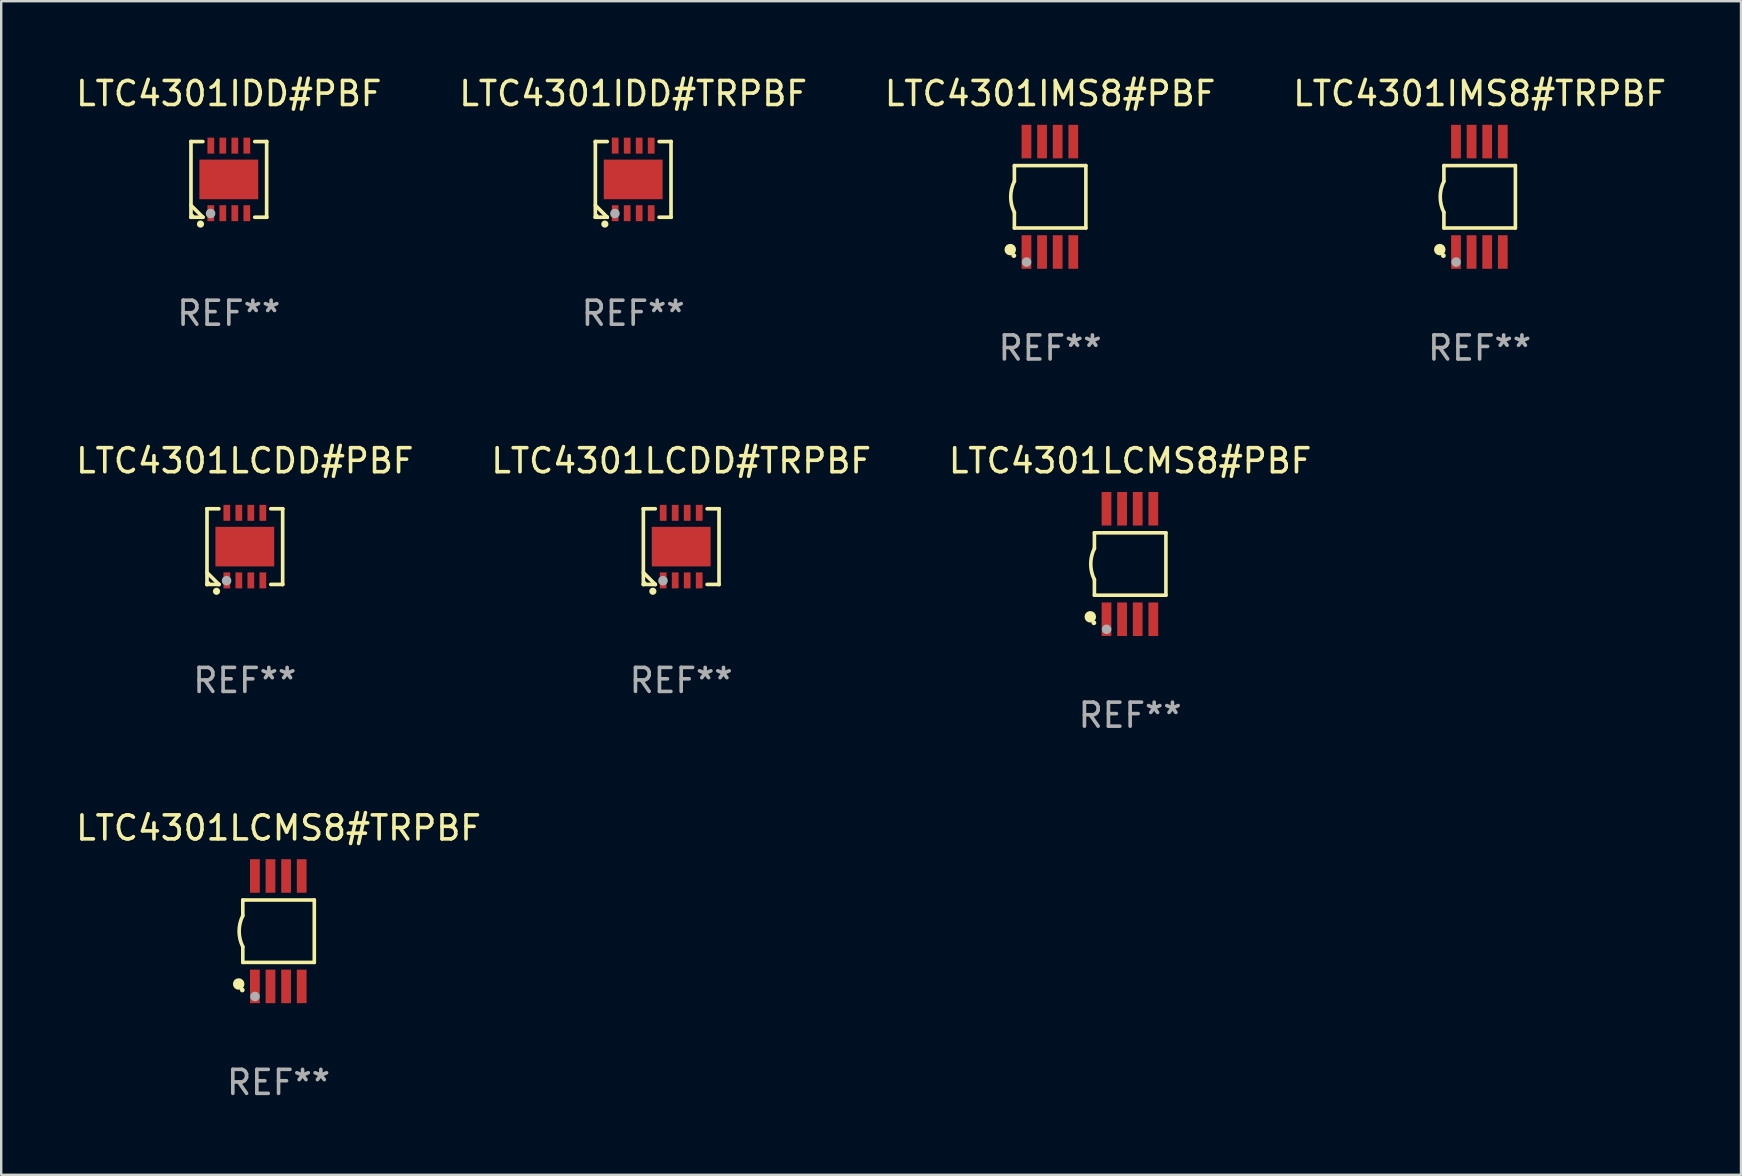
<source format=kicad_pcb>
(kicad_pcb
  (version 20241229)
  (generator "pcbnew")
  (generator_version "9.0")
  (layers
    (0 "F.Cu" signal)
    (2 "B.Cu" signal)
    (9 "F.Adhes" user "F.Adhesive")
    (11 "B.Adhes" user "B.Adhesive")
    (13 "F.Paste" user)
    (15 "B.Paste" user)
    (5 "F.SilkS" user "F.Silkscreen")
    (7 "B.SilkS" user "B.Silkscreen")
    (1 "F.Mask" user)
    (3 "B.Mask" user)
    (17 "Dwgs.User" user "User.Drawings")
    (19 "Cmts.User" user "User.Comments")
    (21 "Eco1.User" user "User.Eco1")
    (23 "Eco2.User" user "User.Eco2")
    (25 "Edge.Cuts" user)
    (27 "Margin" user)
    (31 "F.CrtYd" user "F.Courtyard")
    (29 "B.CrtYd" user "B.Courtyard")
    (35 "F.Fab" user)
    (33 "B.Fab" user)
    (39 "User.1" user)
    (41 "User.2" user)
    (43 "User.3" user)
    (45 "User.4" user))
  (footprint "LTC4301IMS8#PBF"
    (layer "F.Cu")
    (at 40.696 5.148)
    (property "Reference" "LTC4301IMS8#PBF" (at 0 -4.3 0) (layer "F.SilkS") (effects (font (size 1 1) (thickness 0.15))))
    (attr through_hole)
    (fp_line (start -1.489 -1.3) (end -1.489 -0.648) (stroke (width 0.15) (type solid)) (layer "F.SilkS"))
    (fp_line (start -1.489 0.648) (end -1.489 1.3) (stroke (width 0.15) (type solid)) (layer "F.SilkS"))
    (fp_line (start -1.489 1.3) (end 1.489 1.3) (stroke (width 0.15) (type solid)) (layer "F.SilkS"))
    (fp_line (start 1.489 -1.3) (end -1.489 -1.3) (stroke (width 0.15) (type solid)) (layer "F.SilkS"))
    (fp_line (start 1.489 1.3) (end 1.489 -1.3) (stroke (width 0.15) (type solid)) (layer "F.SilkS"))
    (fp_arc (start -1.489205 0.647702) (mid -1.642107 0) (end -1.489205 -0.647701) (stroke (width 0.150013) (type solid)) (layer "F.SilkS"))
    (fp_circle (center -1.661 2.2) (end -1.541 2.2) (stroke (width 0.24) (type solid)) (fill no) (layer "F.SilkS"))
    (fp_circle (center -1.511 2.45) (end -1.461 2.45) (stroke (width 0.1) (type solid)) (fill no) (layer "F.SilkS"))
    (fp_circle (center -0.981 2.72) (end -0.881 2.72) (stroke (width 0.2) (type solid)) (fill no) (layer "F.Fab"))
    (fp_text user "REF**" (at 0 6.3 0) (layer "F.Fab") (effects (font (size 1 1) (thickness 0.15))))
    (pad "1" smd rect (at -0.986 2.3) (size 0.406 1.397) (layers "F.Cu" "F.Mask" "F.Paste"))
    (pad "2" smd rect (at -0.336 2.3) (size 0.406 1.397) (layers "F.Cu" "F.Mask" "F.Paste"))
    (pad "3" smd rect (at 0.314 2.3) (size 0.406 1.397) (layers "F.Cu" "F.Mask" "F.Paste"))
    (pad "4" smd rect (at 0.964 2.3) (size 0.406 1.397) (layers "F.Cu" "F.Mask" "F.Paste"))
    (pad "5" smd rect (at 0.964 -2.3) (size 0.406 1.397) (layers "F.Cu" "F.Mask" "F.Paste"))
    (pad "6" smd rect (at 0.314 -2.3) (size 0.406 1.397) (layers "F.Cu" "F.Mask" "F.Paste"))
    (pad "7" smd rect (at -0.336 -2.3) (size 0.406 1.397) (layers "F.Cu" "F.Mask" "F.Paste"))
    (pad "8" smd rect (at -0.986 -2.3) (size 0.406 1.397) (layers "F.Cu" "F.Mask" "F.Paste")))
  (footprint "LTC4301IDD#TRPBF"
    (layer "F.Cu")
    (at 23.327 4.424)
    (property "Reference" "LTC4301IDD#TRPBF" (at 0 -3.576 0) (layer "F.SilkS") (effects (font (size 1 1) (thickness 0.15))))
    (attr through_hole)
    (fp_line (start -1.576 -1.576) (end -1.576 -1.576) (stroke (width 0.152) (type solid)) (layer "F.SilkS"))
    (fp_line (start -1.576 -1.576) (end -1.08 -1.576) (stroke (width 0.152) (type solid)) (layer "F.SilkS"))
    (fp_line (start -1.576 1.576) (end -1.576 -1.576) (stroke (width 0.152) (type solid)) (layer "F.SilkS"))
    (fp_line (start -1.576 1.576) (end -1.576 1.576) (stroke (width 0.152) (type solid)) (layer "F.SilkS"))
    (fp_line (start -1.08 1.575) (end -1.576 1.079) (stroke (width 0.152) (type solid)) (layer "F.SilkS"))
    (fp_line (start -1.08 1.576) (end -1.576 1.576) (stroke (width 0.152) (type solid)) (layer "F.SilkS"))
    (fp_line (start -1.08 1.576) (end -1.08 1.575) (stroke (width 0.152) (type solid)) (layer "F.SilkS"))
    (fp_line (start 1.08 1.576) (end 1.576 1.576) (stroke (width 0.152) (type solid)) (layer "F.SilkS"))
    (fp_line (start 1.576 -1.576) (end 1.08 -1.576) (stroke (width 0.152) (type solid)) (layer "F.SilkS"))
    (fp_line (start 1.576 -1.576) (end 1.576 -1.576) (stroke (width 0.152) (type solid)) (layer "F.SilkS"))
    (fp_line (start 1.576 1.576) (end 1.576 -1.576) (stroke (width 0.152) (type solid)) (layer "F.SilkS"))
    (fp_line (start 1.576 1.576) (end 1.576 1.576) (stroke (width 0.152) (type solid)) (layer "F.SilkS"))
    (fp_circle (center -1.5 1.5) (end -1.47 1.5) (stroke (width 0.06) (type solid)) (fill no) (layer "F.SilkS"))
    (fp_circle (center -1.18 1.86) (end -1.105 1.86) (stroke (width 0.15) (type solid)) (fill no) (layer "F.SilkS"))
    (fp_circle (center -0.76 1.42) (end -0.66 1.42) (stroke (width 0.2) (type solid)) (fill no) (layer "F.Fab"))
    (fp_text user "REF**" (at 0 5.576 0) (layer "F.Fab") (effects (font (size 1 1) (thickness 0.15))))
    (pad "1" smd rect (at -0.75 1.407) (size 0.28 0.665) (layers "F.Cu" "F.Mask" "F.Paste"))
    (pad "2" smd rect (at -0.25 1.407) (size 0.28 0.665) (layers "F.Cu" "F.Mask" "F.Paste"))
    (pad "3" smd rect (at 0.25 1.407) (size 0.28 0.665) (layers "F.Cu" "F.Mask" "F.Paste"))
    (pad "4" smd rect (at 0.75 1.407) (size 0.28 0.665) (layers "F.Cu" "F.Mask" "F.Paste"))
    (pad "5" smd rect (at 0.75 -1.407) (size 0.28 0.665) (layers "F.Cu" "F.Mask" "F.Paste"))
    (pad "6" smd rect (at 0.25 -1.407) (size 0.28 0.665) (layers "F.Cu" "F.Mask" "F.Paste"))
    (pad "7" smd rect (at -0.25 -1.407) (size 0.28 0.665) (layers "F.Cu" "F.Mask" "F.Paste"))
    (pad "8" smd rect (at -0.75 -1.407) (size 0.28 0.665) (layers "F.Cu" "F.Mask" "F.Paste"))
    (pad "9" smd rect (at 0 0) (size 2.45 1.65) (layers "F.Cu" "F.Mask" "F.Paste")))
  (footprint "LTC4301IMS8#TRPBF"
    (layer "F.Cu")
    (at 58.589 5.148)
    (property "Reference" "LTC4301IMS8#TRPBF" (at 0 -4.3 0) (layer "F.SilkS") (effects (font (size 1 1) (thickness 0.15))))
    (attr through_hole)
    (fp_line (start -1.489 -1.3) (end -1.489 -0.648) (stroke (width 0.15) (type solid)) (layer "F.SilkS"))
    (fp_line (start -1.489 0.648) (end -1.489 1.3) (stroke (width 0.15) (type solid)) (layer "F.SilkS"))
    (fp_line (start -1.489 1.3) (end 1.489 1.3) (stroke (width 0.15) (type solid)) (layer "F.SilkS"))
    (fp_line (start 1.489 -1.3) (end -1.489 -1.3) (stroke (width 0.15) (type solid)) (layer "F.SilkS"))
    (fp_line (start 1.489 1.3) (end 1.489 -1.3) (stroke (width 0.15) (type solid)) (layer "F.SilkS"))
    (fp_arc (start -1.489205 0.647702) (mid -1.642107 0) (end -1.489205 -0.647701) (stroke (width 0.150013) (type solid)) (layer "F.SilkS"))
    (fp_circle (center -1.661 2.2) (end -1.541 2.2) (stroke (width 0.24) (type solid)) (fill no) (layer "F.SilkS"))
    (fp_circle (center -1.511 2.45) (end -1.461 2.45) (stroke (width 0.1) (type solid)) (fill no) (layer "F.SilkS"))
    (fp_circle (center -0.981 2.72) (end -0.881 2.72) (stroke (width 0.2) (type solid)) (fill no) (layer "F.Fab"))
    (fp_text user "REF**" (at 0 6.3 0) (layer "F.Fab") (effects (font (size 1 1) (thickness 0.15))))
    (pad "1" smd rect (at -0.986 2.3) (size 0.406 1.397) (layers "F.Cu" "F.Mask" "F.Paste"))
    (pad "2" smd rect (at -0.336 2.3) (size 0.406 1.397) (layers "F.Cu" "F.Mask" "F.Paste"))
    (pad "3" smd rect (at 0.314 2.3) (size 0.406 1.397) (layers "F.Cu" "F.Mask" "F.Paste"))
    (pad "4" smd rect (at 0.964 2.3) (size 0.406 1.397) (layers "F.Cu" "F.Mask" "F.Paste"))
    (pad "5" smd rect (at 0.964 -2.3) (size 0.406 1.397) (layers "F.Cu" "F.Mask" "F.Paste"))
    (pad "6" smd rect (at 0.314 -2.3) (size 0.406 1.397) (layers "F.Cu" "F.Mask" "F.Paste"))
    (pad "7" smd rect (at -0.336 -2.3) (size 0.406 1.397) (layers "F.Cu" "F.Mask" "F.Paste"))
    (pad "8" smd rect (at -0.986 -2.3) (size 0.406 1.397) (layers "F.Cu" "F.Mask" "F.Paste")))
  (footprint "LTC4301LCDD#PBF"
    (layer "F.Cu")
    (at 7.149 19.721)
    (property "Reference" "LTC4301LCDD#PBF" (at 0 -3.576 0) (layer "F.SilkS") (effects (font (size 1 1) (thickness 0.15))))
    (attr through_hole)
    (fp_line (start -1.576 -1.576) (end -1.576 -1.576) (stroke (width 0.152) (type solid)) (layer "F.SilkS"))
    (fp_line (start -1.576 -1.576) (end -1.08 -1.576) (stroke (width 0.152) (type solid)) (layer "F.SilkS"))
    (fp_line (start -1.576 1.576) (end -1.576 -1.576) (stroke (width 0.152) (type solid)) (layer "F.SilkS"))
    (fp_line (start -1.576 1.576) (end -1.576 1.576) (stroke (width 0.152) (type solid)) (layer "F.SilkS"))
    (fp_line (start -1.08 1.575) (end -1.576 1.079) (stroke (width 0.152) (type solid)) (layer "F.SilkS"))
    (fp_line (start -1.08 1.576) (end -1.576 1.576) (stroke (width 0.152) (type solid)) (layer "F.SilkS"))
    (fp_line (start -1.08 1.576) (end -1.08 1.575) (stroke (width 0.152) (type solid)) (layer "F.SilkS"))
    (fp_line (start 1.08 1.576) (end 1.576 1.576) (stroke (width 0.152) (type solid)) (layer "F.SilkS"))
    (fp_line (start 1.576 -1.576) (end 1.08 -1.576) (stroke (width 0.152) (type solid)) (layer "F.SilkS"))
    (fp_line (start 1.576 -1.576) (end 1.576 -1.576) (stroke (width 0.152) (type solid)) (layer "F.SilkS"))
    (fp_line (start 1.576 1.576) (end 1.576 -1.576) (stroke (width 0.152) (type solid)) (layer "F.SilkS"))
    (fp_line (start 1.576 1.576) (end 1.576 1.576) (stroke (width 0.152) (type solid)) (layer "F.SilkS"))
    (fp_circle (center -1.5 1.5) (end -1.47 1.5) (stroke (width 0.06) (type solid)) (fill no) (layer "F.SilkS"))
    (fp_circle (center -1.18 1.86) (end -1.105 1.86) (stroke (width 0.15) (type solid)) (fill no) (layer "F.SilkS"))
    (fp_circle (center -0.76 1.42) (end -0.66 1.42) (stroke (width 0.2) (type solid)) (fill no) (layer "F.Fab"))
    (fp_text user "REF**" (at 0 5.576 0) (layer "F.Fab") (effects (font (size 1 1) (thickness 0.15))))
    (pad "1" smd rect (at -0.75 1.407) (size 0.28 0.665) (layers "F.Cu" "F.Mask" "F.Paste"))
    (pad "2" smd rect (at -0.25 1.407) (size 0.28 0.665) (layers "F.Cu" "F.Mask" "F.Paste"))
    (pad "3" smd rect (at 0.25 1.407) (size 0.28 0.665) (layers "F.Cu" "F.Mask" "F.Paste"))
    (pad "4" smd rect (at 0.75 1.407) (size 0.28 0.665) (layers "F.Cu" "F.Mask" "F.Paste"))
    (pad "5" smd rect (at 0.75 -1.407) (size 0.28 0.665) (layers "F.Cu" "F.Mask" "F.Paste"))
    (pad "6" smd rect (at 0.25 -1.407) (size 0.28 0.665) (layers "F.Cu" "F.Mask" "F.Paste"))
    (pad "7" smd rect (at -0.25 -1.407) (size 0.28 0.665) (layers "F.Cu" "F.Mask" "F.Paste"))
    (pad "8" smd rect (at -0.75 -1.407) (size 0.28 0.665) (layers "F.Cu" "F.Mask" "F.Paste"))
    (pad "9" smd rect (at 0 0) (size 2.45 1.65) (layers "F.Cu" "F.Mask" "F.Paste")))
  (footprint "LTC4301LCDD#TRPBF"
    (layer "F.Cu")
    (at 25.327 19.721)
    (property "Reference" "LTC4301LCDD#TRPBF" (at 0 -3.576 0) (layer "F.SilkS") (effects (font (size 1 1) (thickness 0.15))))
    (attr through_hole)
    (fp_line (start -1.576 -1.576) (end -1.576 -1.576) (stroke (width 0.152) (type solid)) (layer "F.SilkS"))
    (fp_line (start -1.576 -1.576) (end -1.08 -1.576) (stroke (width 0.152) (type solid)) (layer "F.SilkS"))
    (fp_line (start -1.576 1.576) (end -1.576 -1.576) (stroke (width 0.152) (type solid)) (layer "F.SilkS"))
    (fp_line (start -1.576 1.576) (end -1.576 1.576) (stroke (width 0.152) (type solid)) (layer "F.SilkS"))
    (fp_line (start -1.08 1.575) (end -1.576 1.079) (stroke (width 0.152) (type solid)) (layer "F.SilkS"))
    (fp_line (start -1.08 1.576) (end -1.576 1.576) (stroke (width 0.152) (type solid)) (layer "F.SilkS"))
    (fp_line (start -1.08 1.576) (end -1.08 1.575) (stroke (width 0.152) (type solid)) (layer "F.SilkS"))
    (fp_line (start 1.08 1.576) (end 1.576 1.576) (stroke (width 0.152) (type solid)) (layer "F.SilkS"))
    (fp_line (start 1.576 -1.576) (end 1.08 -1.576) (stroke (width 0.152) (type solid)) (layer "F.SilkS"))
    (fp_line (start 1.576 -1.576) (end 1.576 -1.576) (stroke (width 0.152) (type solid)) (layer "F.SilkS"))
    (fp_line (start 1.576 1.576) (end 1.576 -1.576) (stroke (width 0.152) (type solid)) (layer "F.SilkS"))
    (fp_line (start 1.576 1.576) (end 1.576 1.576) (stroke (width 0.152) (type solid)) (layer "F.SilkS"))
    (fp_circle (center -1.5 1.5) (end -1.47 1.5) (stroke (width 0.06) (type solid)) (fill no) (layer "F.SilkS"))
    (fp_circle (center -1.18 1.86) (end -1.105 1.86) (stroke (width 0.15) (type solid)) (fill no) (layer "F.SilkS"))
    (fp_circle (center -0.76 1.42) (end -0.66 1.42) (stroke (width 0.2) (type solid)) (fill no) (layer "F.Fab"))
    (fp_text user "REF**" (at 0 5.576 0) (layer "F.Fab") (effects (font (size 1 1) (thickness 0.15))))
    (pad "1" smd rect (at -0.75 1.407) (size 0.28 0.665) (layers "F.Cu" "F.Mask" "F.Paste"))
    (pad "2" smd rect (at -0.25 1.407) (size 0.28 0.665) (layers "F.Cu" "F.Mask" "F.Paste"))
    (pad "3" smd rect (at 0.25 1.407) (size 0.28 0.665) (layers "F.Cu" "F.Mask" "F.Paste"))
    (pad "4" smd rect (at 0.75 1.407) (size 0.28 0.665) (layers "F.Cu" "F.Mask" "F.Paste"))
    (pad "5" smd rect (at 0.75 -1.407) (size 0.28 0.665) (layers "F.Cu" "F.Mask" "F.Paste"))
    (pad "6" smd rect (at 0.25 -1.407) (size 0.28 0.665) (layers "F.Cu" "F.Mask" "F.Paste"))
    (pad "7" smd rect (at -0.25 -1.407) (size 0.28 0.665) (layers "F.Cu" "F.Mask" "F.Paste"))
    (pad "8" smd rect (at -0.75 -1.407) (size 0.28 0.665) (layers "F.Cu" "F.Mask" "F.Paste"))
    (pad "9" smd rect (at 0 0) (size 2.45 1.65) (layers "F.Cu" "F.Mask" "F.Paste")))
  (footprint "LTC4301LCMS8#TRPBF"
    (layer "F.Cu")
    (at 8.554 35.741)
    (property "Reference" "LTC4301LCMS8#TRPBF" (at 0 -4.3 0) (layer "F.SilkS") (effects (font (size 1 1) (thickness 0.15))))
    (attr through_hole)
    (fp_line (start -1.489 -1.3) (end -1.489 -0.648) (stroke (width 0.15) (type solid)) (layer "F.SilkS"))
    (fp_line (start -1.489 0.648) (end -1.489 1.3) (stroke (width 0.15) (type solid)) (layer "F.SilkS"))
    (fp_line (start -1.489 1.3) (end 1.489 1.3) (stroke (width 0.15) (type solid)) (layer "F.SilkS"))
    (fp_line (start 1.489 -1.3) (end -1.489 -1.3) (stroke (width 0.15) (type solid)) (layer "F.SilkS"))
    (fp_line (start 1.489 1.3) (end 1.489 -1.3) (stroke (width 0.15) (type solid)) (layer "F.SilkS"))
    (fp_arc (start -1.489205 0.647702) (mid -1.642107 0) (end -1.489205 -0.647701) (stroke (width 0.150013) (type solid)) (layer "F.SilkS"))
    (fp_circle (center -1.661 2.2) (end -1.541 2.2) (stroke (width 0.24) (type solid)) (fill no) (layer "F.SilkS"))
    (fp_circle (center -1.511 2.45) (end -1.461 2.45) (stroke (width 0.1) (type solid)) (fill no) (layer "F.SilkS"))
    (fp_circle (center -0.981 2.72) (end -0.881 2.72) (stroke (width 0.2) (type solid)) (fill no) (layer "F.Fab"))
    (fp_text user "REF**" (at 0 6.3 0) (layer "F.Fab") (effects (font (size 1 1) (thickness 0.15))))
    (pad "1" smd rect (at -0.986 2.3) (size 0.406 1.397) (layers "F.Cu" "F.Mask" "F.Paste"))
    (pad "2" smd rect (at -0.336 2.3) (size 0.406 1.397) (layers "F.Cu" "F.Mask" "F.Paste"))
    (pad "3" smd rect (at 0.314 2.3) (size 0.406 1.397) (layers "F.Cu" "F.Mask" "F.Paste"))
    (pad "4" smd rect (at 0.964 2.3) (size 0.406 1.397) (layers "F.Cu" "F.Mask" "F.Paste"))
    (pad "5" smd rect (at 0.964 -2.3) (size 0.406 1.397) (layers "F.Cu" "F.Mask" "F.Paste"))
    (pad "6" smd rect (at 0.314 -2.3) (size 0.406 1.397) (layers "F.Cu" "F.Mask" "F.Paste"))
    (pad "7" smd rect (at -0.336 -2.3) (size 0.406 1.397) (layers "F.Cu" "F.Mask" "F.Paste"))
    (pad "8" smd rect (at -0.986 -2.3) (size 0.406 1.397) (layers "F.Cu" "F.Mask" "F.Paste")))
  (footprint "LTC4301IDD#PBF"
    (layer "F.Cu")
    (at 6.482 4.424)
    (property "Reference" "LTC4301IDD#PBF" (at 0 -3.576 0) (layer "F.SilkS") (effects (font (size 1 1) (thickness 0.15))))
    (attr through_hole)
    (fp_line (start -1.576 -1.576) (end -1.576 -1.576) (stroke (width 0.152) (type solid)) (layer "F.SilkS"))
    (fp_line (start -1.576 -1.576) (end -1.08 -1.576) (stroke (width 0.152) (type solid)) (layer "F.SilkS"))
    (fp_line (start -1.576 1.576) (end -1.576 -1.576) (stroke (width 0.152) (type solid)) (layer "F.SilkS"))
    (fp_line (start -1.576 1.576) (end -1.576 1.576) (stroke (width 0.152) (type solid)) (layer "F.SilkS"))
    (fp_line (start -1.08 1.575) (end -1.576 1.079) (stroke (width 0.152) (type solid)) (layer "F.SilkS"))
    (fp_line (start -1.08 1.576) (end -1.576 1.576) (stroke (width 0.152) (type solid)) (layer "F.SilkS"))
    (fp_line (start -1.08 1.576) (end -1.08 1.575) (stroke (width 0.152) (type solid)) (layer "F.SilkS"))
    (fp_line (start 1.08 1.576) (end 1.576 1.576) (stroke (width 0.152) (type solid)) (layer "F.SilkS"))
    (fp_line (start 1.576 -1.576) (end 1.08 -1.576) (stroke (width 0.152) (type solid)) (layer "F.SilkS"))
    (fp_line (start 1.576 -1.576) (end 1.576 -1.576) (stroke (width 0.152) (type solid)) (layer "F.SilkS"))
    (fp_line (start 1.576 1.576) (end 1.576 -1.576) (stroke (width 0.152) (type solid)) (layer "F.SilkS"))
    (fp_line (start 1.576 1.576) (end 1.576 1.576) (stroke (width 0.152) (type solid)) (layer "F.SilkS"))
    (fp_circle (center -1.5 1.5) (end -1.47 1.5) (stroke (width 0.06) (type solid)) (fill no) (layer "F.SilkS"))
    (fp_circle (center -1.18 1.86) (end -1.105 1.86) (stroke (width 0.15) (type solid)) (fill no) (layer "F.SilkS"))
    (fp_circle (center -0.76 1.42) (end -0.66 1.42) (stroke (width 0.2) (type solid)) (fill no) (layer "F.Fab"))
    (fp_text user "REF**" (at 0 5.576 0) (layer "F.Fab") (effects (font (size 1 1) (thickness 0.15))))
    (pad "1" smd rect (at -0.75 1.407) (size 0.28 0.665) (layers "F.Cu" "F.Mask" "F.Paste"))
    (pad "2" smd rect (at -0.25 1.407) (size 0.28 0.665) (layers "F.Cu" "F.Mask" "F.Paste"))
    (pad "3" smd rect (at 0.25 1.407) (size 0.28 0.665) (layers "F.Cu" "F.Mask" "F.Paste"))
    (pad "4" smd rect (at 0.75 1.407) (size 0.28 0.665) (layers "F.Cu" "F.Mask" "F.Paste"))
    (pad "5" smd rect (at 0.75 -1.407) (size 0.28 0.665) (layers "F.Cu" "F.Mask" "F.Paste"))
    (pad "6" smd rect (at 0.25 -1.407) (size 0.28 0.665) (layers "F.Cu" "F.Mask" "F.Paste"))
    (pad "7" smd rect (at -0.25 -1.407) (size 0.28 0.665) (layers "F.Cu" "F.Mask" "F.Paste"))
    (pad "8" smd rect (at -0.75 -1.407) (size 0.28 0.665) (layers "F.Cu" "F.Mask" "F.Paste"))
    (pad "9" smd rect (at 0 0) (size 2.45 1.65) (layers "F.Cu" "F.Mask" "F.Paste")))
  (footprint "LTC4301LCMS8#PBF"
    (layer "F.Cu")
    (at 44.03 20.445)
    (property "Reference" "LTC4301LCMS8#PBF" (at 0 -4.3 0) (layer "F.SilkS") (effects (font (size 1 1) (thickness 0.15))))
    (attr through_hole)
    (fp_line (start -1.489 -1.3) (end -1.489 -0.648) (stroke (width 0.15) (type solid)) (layer "F.SilkS"))
    (fp_line (start -1.489 0.648) (end -1.489 1.3) (stroke (width 0.15) (type solid)) (layer "F.SilkS"))
    (fp_line (start -1.489 1.3) (end 1.489 1.3) (stroke (width 0.15) (type solid)) (layer "F.SilkS"))
    (fp_line (start 1.489 -1.3) (end -1.489 -1.3) (stroke (width 0.15) (type solid)) (layer "F.SilkS"))
    (fp_line (start 1.489 1.3) (end 1.489 -1.3) (stroke (width 0.15) (type solid)) (layer "F.SilkS"))
    (fp_arc (start -1.489205 0.647702) (mid -1.642107 0) (end -1.489205 -0.647701) (stroke (width 0.150013) (type solid)) (layer "F.SilkS"))
    (fp_circle (center -1.661 2.2) (end -1.541 2.2) (stroke (width 0.24) (type solid)) (fill no) (layer "F.SilkS"))
    (fp_circle (center -1.511 2.45) (end -1.461 2.45) (stroke (width 0.1) (type solid)) (fill no) (layer "F.SilkS"))
    (fp_circle (center -0.981 2.72) (end -0.881 2.72) (stroke (width 0.2) (type solid)) (fill no) (layer "F.Fab"))
    (fp_text user "REF**" (at 0 6.3 0) (layer "F.Fab") (effects (font (size 1 1) (thickness 0.15))))
    (pad "1" smd rect (at -0.986 2.3) (size 0.406 1.397) (layers "F.Cu" "F.Mask" "F.Paste"))
    (pad "2" smd rect (at -0.336 2.3) (size 0.406 1.397) (layers "F.Cu" "F.Mask" "F.Paste"))
    (pad "3" smd rect (at 0.314 2.3) (size 0.406 1.397) (layers "F.Cu" "F.Mask" "F.Paste"))
    (pad "4" smd rect (at 0.964 2.3) (size 0.406 1.397) (layers "F.Cu" "F.Mask" "F.Paste"))
    (pad "5" smd rect (at 0.964 -2.3) (size 0.406 1.397) (layers "F.Cu" "F.Mask" "F.Paste"))
    (pad "6" smd rect (at 0.314 -2.3) (size 0.406 1.397) (layers "F.Cu" "F.Mask" "F.Paste"))
    (pad "7" smd rect (at -0.336 -2.3) (size 0.406 1.397) (layers "F.Cu" "F.Mask" "F.Paste"))
    (pad "8" smd rect (at -0.986 -2.3) (size 0.406 1.397) (layers "F.Cu" "F.Mask" "F.Paste")))
  (gr_rect
    (start -3 -3)
    (end 69.476 45.889)
    (stroke (width 0.1) (type default))
    (fill no)
    (layer "Edge.Cuts")))
</source>
